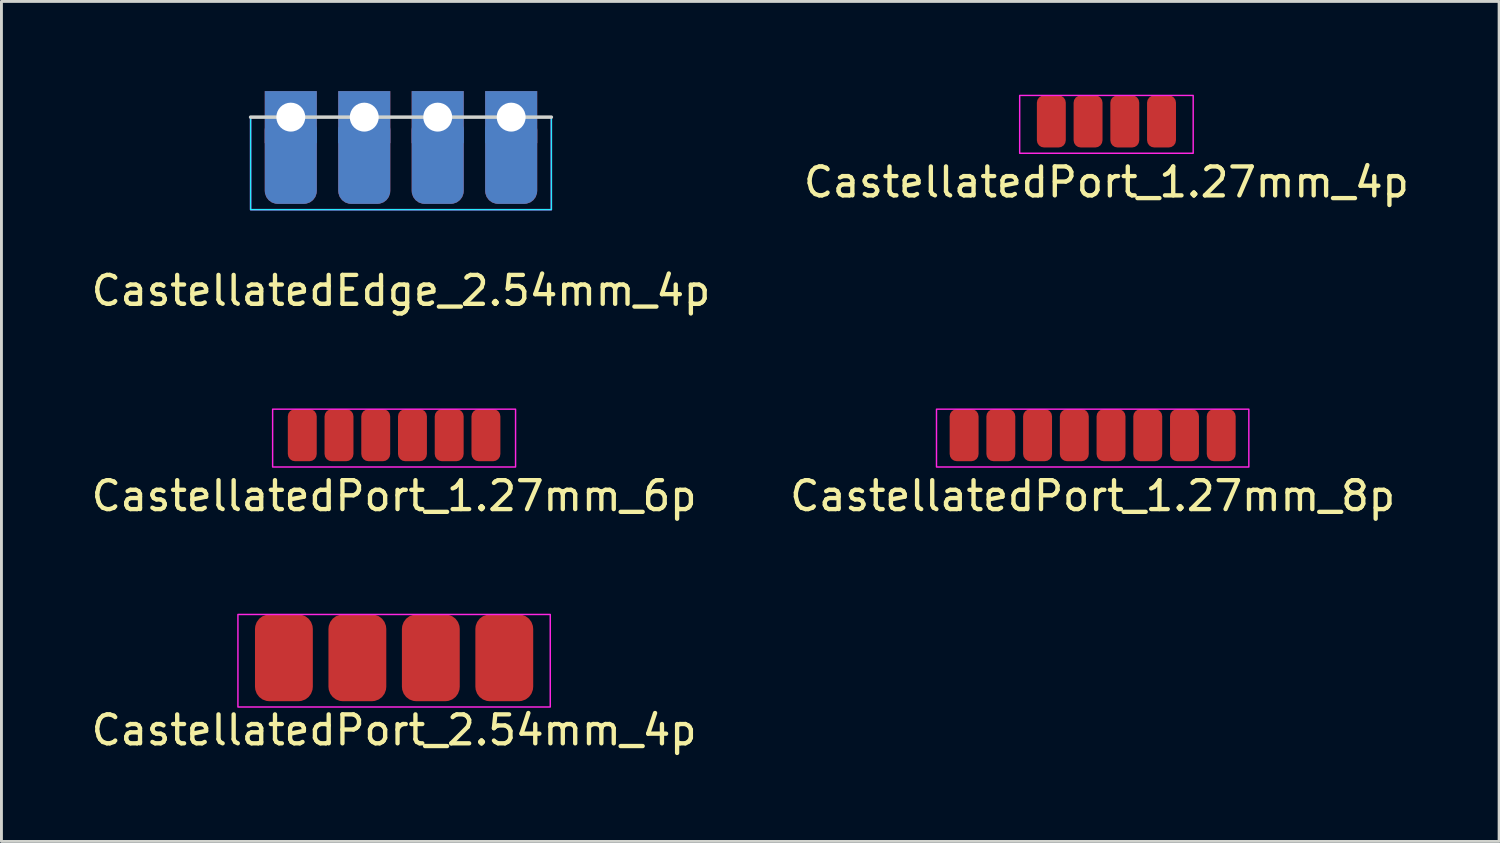
<source format=kicad_pcb>
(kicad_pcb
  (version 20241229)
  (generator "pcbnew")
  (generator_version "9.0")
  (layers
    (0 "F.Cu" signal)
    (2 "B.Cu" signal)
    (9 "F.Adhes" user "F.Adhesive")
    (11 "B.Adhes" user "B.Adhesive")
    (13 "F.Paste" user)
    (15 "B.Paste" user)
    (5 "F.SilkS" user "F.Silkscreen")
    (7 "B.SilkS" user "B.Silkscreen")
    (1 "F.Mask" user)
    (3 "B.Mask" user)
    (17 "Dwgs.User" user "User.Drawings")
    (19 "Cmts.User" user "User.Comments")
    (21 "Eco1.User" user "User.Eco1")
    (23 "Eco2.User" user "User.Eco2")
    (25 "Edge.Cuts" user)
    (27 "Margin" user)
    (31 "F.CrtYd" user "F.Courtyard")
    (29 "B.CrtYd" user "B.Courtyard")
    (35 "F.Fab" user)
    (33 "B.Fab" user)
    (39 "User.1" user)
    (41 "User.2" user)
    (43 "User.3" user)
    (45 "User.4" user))
  (footprint "CastellatedPort_1.27mm_8p"
    (layer "F.Cu")
    (at 34.732 11.098)
    (property "Reference" "CastellatedPort_1.27mm_8p" (at 0 3 0) (unlocked yes) (layer "F.SilkS") (effects (font (size 1 1) (thickness 0.15))))
    (attr smd)
    (fp_rect (start 5.4 0) (end -5.4 2) (stroke (width 0.05) (type solid)) (fill no) (layer "F.CrtYd"))
    (pad "1" smd roundrect (at -4.445 0.9) (size 1 1.8) (layers "F.Cu" "F.Mask" "F.Paste") (roundrect_rratio 0.25))
    (pad "2" smd roundrect (at -3.175 0.9) (size 1 1.8) (layers "F.Cu" "F.Mask" "F.Paste") (roundrect_rratio 0.25))
    (pad "3" smd roundrect (at -1.905 0.9) (size 1 1.8) (layers "F.Cu" "F.Mask" "F.Paste") (roundrect_rratio 0.25))
    (pad "4" smd roundrect (at -0.635 0.9) (size 1 1.8) (layers "F.Cu" "F.Mask" "F.Paste") (roundrect_rratio 0.25))
    (pad "5" smd roundrect (at 0.635 0.9) (size 1 1.8) (layers "F.Cu" "F.Mask" "F.Paste") (roundrect_rratio 0.25))
    (pad "6" smd roundrect (at 1.905 0.9) (size 1 1.8) (layers "F.Cu" "F.Mask" "F.Paste") (roundrect_rratio 0.25))
    (pad "7" smd roundrect (at 3.175 0.9) (size 1 1.8) (layers "F.Cu" "F.Mask" "F.Paste") (roundrect_rratio 0.25))
    (pad "8" smd roundrect (at 4.445 0.9) (size 1 1.8) (layers "F.Cu" "F.Mask" "F.Paste") (roundrect_rratio 0.25)))
  (footprint "CastellatedPort_1.27mm_4p"
    (layer "F.Cu")
    (at 35.208 0.25)
    (property "Reference" "CastellatedPort_1.27mm_4p" (at 0 3 0) (unlocked yes) (layer "F.SilkS") (effects (font (size 1 1) (thickness 0.15))))
    (attr smd)
    (fp_rect (start 3 0) (end -3 2) (stroke (width 0.05) (type solid)) (fill no) (layer "F.CrtYd"))
    (pad "1" smd roundrect (at -1.905 0.9) (size 1 1.8) (layers "F.Cu" "F.Mask" "F.Paste") (roundrect_rratio 0.25))
    (pad "2" smd roundrect (at -0.635 0.9) (size 1 1.8) (layers "F.Cu" "F.Mask" "F.Paste") (roundrect_rratio 0.25))
    (pad "3" smd roundrect (at 0.635 0.9) (size 1 1.8) (layers "F.Cu" "F.Mask" "F.Paste") (roundrect_rratio 0.25))
    (pad "4" smd roundrect (at 1.905 0.9) (size 1 1.8) (layers "F.Cu" "F.Mask" "F.Paste") (roundrect_rratio 0.25)))
  (footprint "CastellatedPort_1.27mm_6p"
    (layer "F.Cu")
    (at 10.577 11.098)
    (property "Reference" "CastellatedPort_1.27mm_6p" (at 0 3 0) (unlocked yes) (layer "F.SilkS") (effects (font (size 1 1) (thickness 0.15))))
    (attr smd)
    (fp_rect (start 4.2 0) (end -4.2 2) (stroke (width 0.05) (type solid)) (fill no) (layer "F.CrtYd"))
    (pad "1" smd roundrect (at -3.175 0.9) (size 1 1.8) (layers "F.Cu" "F.Mask" "F.Paste") (roundrect_rratio 0.25))
    (pad "2" smd roundrect (at -1.905 0.9) (size 1 1.8) (layers "F.Cu" "F.Mask" "F.Paste") (roundrect_rratio 0.25))
    (pad "3" smd roundrect (at -0.635 0.9) (size 1 1.8) (layers "F.Cu" "F.Mask" "F.Paste") (roundrect_rratio 0.25))
    (pad "4" smd roundrect (at 0.635 0.9) (size 1 1.8) (layers "F.Cu" "F.Mask" "F.Paste") (roundrect_rratio 0.25))
    (pad "5" smd roundrect (at 1.905 0.9) (size 1 1.8) (layers "F.Cu" "F.Mask" "F.Paste") (roundrect_rratio 0.25))
    (pad "6" smd roundrect (at 3.175 0.9) (size 1 1.8) (layers "F.Cu" "F.Mask" "F.Paste") (roundrect_rratio 0.25)))
  (footprint "CastellatedEdge_2.54mm_4p"
    (layer "F.Cu")
    (at 10.815 1)
    (property "Reference" "CastellatedEdge_2.54mm_4p" (at 0 6 0) (unlocked yes) (layer "F.SilkS") (effects (font (size 1 1) (thickness 0.15))))
    (attr through_hole)
    (fp_line (start 5.2 0) (end -5.2 0) (stroke (width 0.12) (type solid)) (layer "Edge.Cuts"))
    (fp_rect (start 5.2 0) (end -5.2 3.2) (stroke (width 0.05) (type solid)) (fill no) (layer "B.CrtYd"))
    (fp_rect (start 5.2 0) (end -5.2 3.2) (stroke (width 0.05) (type solid)) (fill no) (layer "F.CrtYd"))
    (pad "1" thru_hole rect (at -3.81 0) (size 1.8 1.8) (drill 1) (layers "*.Cu" "*.Mask"))
    (pad "1" smd roundrect (at -3.81 1.5) (size 1.8 3) (layers "F.Cu" "F.Mask" "F.Paste") (roundrect_rratio 0.25))
    (pad "1" smd roundrect (at -3.81 1.5) (size 1.8 3) (layers "B.Cu" "B.Mask" "B.Paste") (roundrect_rratio 0.25))
    (pad "2" thru_hole rect (at -1.27 0) (size 1.8 1.8) (drill 1) (layers "*.Cu" "*.Mask"))
    (pad "2" smd roundrect (at -1.27 1.5) (size 1.8 3) (layers "F.Cu" "F.Mask" "F.Paste") (roundrect_rratio 0.25))
    (pad "2" smd roundrect (at -1.27 1.5) (size 1.8 3) (layers "B.Cu" "B.Mask" "B.Paste") (roundrect_rratio 0.25))
    (pad "3" thru_hole rect (at 1.27 0) (size 1.8 1.8) (drill 1) (layers "*.Cu" "*.Mask"))
    (pad "3" smd roundrect (at 1.27 1.5) (size 1.8 3) (layers "F.Cu" "F.Mask" "F.Paste") (roundrect_rratio 0.25))
    (pad "3" smd roundrect (at 1.27 1.5) (size 1.8 3) (layers "B.Cu" "B.Mask" "B.Paste") (roundrect_rratio 0.25))
    (pad "4" thru_hole rect (at 3.81 0) (size 1.8 1.8) (drill 1) (layers "*.Cu" "*.Mask"))
    (pad "4" smd roundrect (at 3.81 1.5) (size 1.8 3) (layers "F.Cu" "F.Mask" "F.Paste") (roundrect_rratio 0.25))
    (pad "4" smd roundrect (at 3.81 1.5) (size 1.8 3) (layers "B.Cu" "B.Mask" "B.Paste") (roundrect_rratio 0.25))
    (zone (net_name "") (layer "F.SilkS") (name "Cut") (hatch edge 0.508) (connect_pads) (min_thickness 0.254) (filled_areas_thickness no) (keepout (tracks not_allowed) (vias not_allowed) (pads not_allowed) (copperpour not_allowed) (footprints not_allowed)) (placement (enabled no)) (fill) (polygon (pts (xy 16.015 1) (xy 5.615 1) (xy 5.615 0) (xy 16.015 0)))))
  (footprint "CastellatedPort_2.54mm_4p"
    (layer "F.Cu")
    (at 10.577 18.197)
    (property "Reference" "CastellatedPort_2.54mm_4p" (at 0 4 0) (unlocked yes) (layer "F.SilkS") (effects (font (size 1 1) (thickness 0.15))))
    (attr smd)
    (fp_rect (start 5.4 0) (end -5.4 3.2) (stroke (width 0.05) (type solid)) (fill no) (layer "F.CrtYd"))
    (pad "1" smd roundrect (at -3.81 1.5) (size 2 3) (layers "F.Cu" "F.Mask" "F.Paste") (roundrect_rratio 0.25))
    (pad "2" smd roundrect (at -1.27 1.5) (size 2 3) (layers "F.Cu" "F.Mask" "F.Paste") (roundrect_rratio 0.25))
    (pad "3" smd roundrect (at 1.27 1.5) (size 2 3) (layers "F.Cu" "F.Mask" "F.Paste") (roundrect_rratio 0.25))
    (pad "4" smd roundrect (at 3.81 1.5) (size 2 3) (layers "F.Cu" "F.Mask" "F.Paste") (roundrect_rratio 0.25)))
  (gr_rect
    (start -3 -3)
    (end 48.786 26.045)
    (stroke (width 0.1) (type default))
    (fill no)
    (layer "Edge.Cuts")))
</source>
